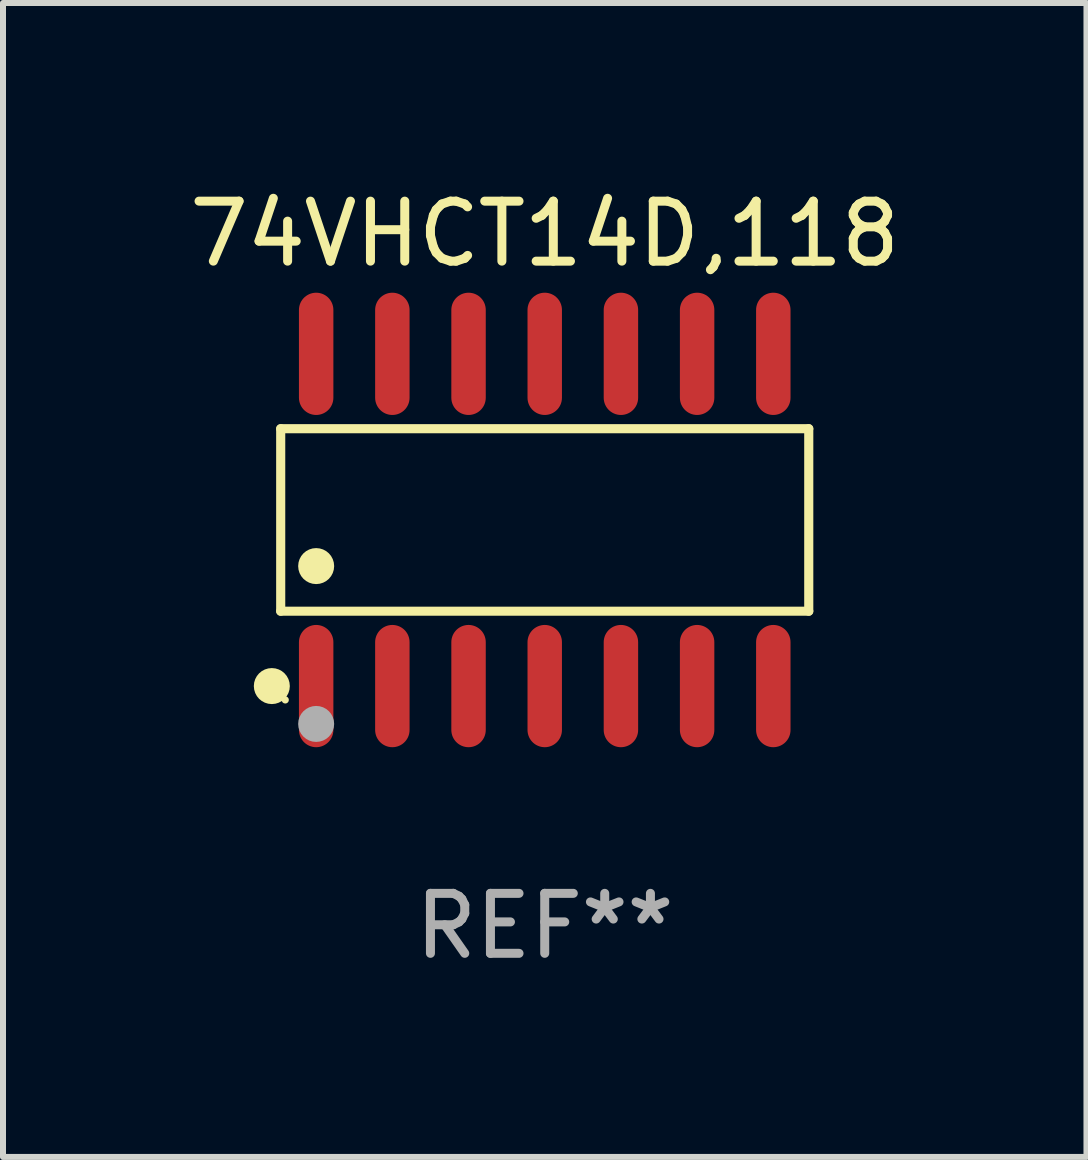
<source format=kicad_pcb>
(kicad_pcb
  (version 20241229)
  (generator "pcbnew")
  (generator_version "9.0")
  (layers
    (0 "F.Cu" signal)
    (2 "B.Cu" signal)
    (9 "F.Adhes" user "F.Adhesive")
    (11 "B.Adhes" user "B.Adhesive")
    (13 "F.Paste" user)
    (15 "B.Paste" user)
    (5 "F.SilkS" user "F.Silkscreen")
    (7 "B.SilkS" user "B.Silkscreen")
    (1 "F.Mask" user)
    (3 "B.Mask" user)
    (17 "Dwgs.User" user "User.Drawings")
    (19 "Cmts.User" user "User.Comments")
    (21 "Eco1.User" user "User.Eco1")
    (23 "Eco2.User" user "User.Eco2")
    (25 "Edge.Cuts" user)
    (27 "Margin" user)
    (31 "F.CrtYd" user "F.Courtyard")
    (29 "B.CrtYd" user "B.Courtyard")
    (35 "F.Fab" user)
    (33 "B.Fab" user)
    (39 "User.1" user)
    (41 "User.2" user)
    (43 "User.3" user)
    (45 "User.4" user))
  (footprint "74VHCT14D,118"
    (layer "F.Cu")
    (at 6.03 5.617)
    (property "Reference" "74VHCT14D,118" (at 0 -4.769 0) (layer "F.SilkS") (effects (font (size 1 1) (thickness 0.15))))
    (attr through_hole)
    (fp_line (start -4.401 -1.521) (end 4.401 -1.521) (stroke (width 0.152) (type solid)) (layer "F.SilkS"))
    (fp_line (start -4.401 1.521) (end -4.401 -1.521) (stroke (width 0.152) (type solid)) (layer "F.SilkS"))
    (fp_line (start 4.401 -1.521) (end 4.401 1.521) (stroke (width 0.152) (type solid)) (layer "F.SilkS"))
    (fp_line (start 4.401 1.521) (end -4.401 1.521) (stroke (width 0.152) (type solid)) (layer "F.SilkS"))
    (fp_circle (center -4.549 2.769) (end -4.399 2.769) (stroke (width 0.3) (type solid)) (fill no) (layer "F.SilkS"))
    (fp_circle (center -4.325 3) (end -4.295 3) (stroke (width 0.06) (type solid)) (fill no) (layer "F.SilkS"))
    (fp_circle (center -3.81 0.769) (end -3.66 0.769) (stroke (width 0.3) (type solid)) (fill no) (layer "F.SilkS"))
    (fp_circle (center -3.81 3.4) (end -3.66 3.4) (stroke (width 0.3) (type solid)) (fill no) (layer "F.Fab"))
    (fp_text user "REF**" (at 0 6.769 0) (layer "F.Fab") (effects (font (size 1 1) (thickness 0.15))))
    (pad "1" smd oval (at -3.81 2.769) (size 0.574 2.038) (layers "F.Cu" "F.Mask" "F.Paste"))
    (pad "2" smd oval (at -2.54 2.769) (size 0.574 2.038) (layers "F.Cu" "F.Mask" "F.Paste"))
    (pad "3" smd oval (at -1.27 2.769) (size 0.574 2.038) (layers "F.Cu" "F.Mask" "F.Paste"))
    (pad "4" smd oval (at 0 2.769) (size 0.574 2.038) (layers "F.Cu" "F.Mask" "F.Paste"))
    (pad "5" smd oval (at 1.27 2.769) (size 0.574 2.038) (layers "F.Cu" "F.Mask" "F.Paste"))
    (pad "6" smd oval (at 2.54 2.769) (size 0.574 2.038) (layers "F.Cu" "F.Mask" "F.Paste"))
    (pad "7" smd oval (at 3.81 2.769) (size 0.574 2.038) (layers "F.Cu" "F.Mask" "F.Paste"))
    (pad "8" smd oval (at 3.81 -2.769) (size 0.574 2.038) (layers "F.Cu" "F.Mask" "F.Paste"))
    (pad "9" smd oval (at 2.54 -2.769) (size 0.574 2.038) (layers "F.Cu" "F.Mask" "F.Paste"))
    (pad "10" smd oval (at 1.27 -2.769) (size 0.574 2.038) (layers "F.Cu" "F.Mask" "F.Paste"))
    (pad "11" smd oval (at 0 -2.769) (size 0.574 2.038) (layers "F.Cu" "F.Mask" "F.Paste"))
    (pad "12" smd oval (at -1.27 -2.769) (size 0.574 2.038) (layers "F.Cu" "F.Mask" "F.Paste"))
    (pad "13" smd oval (at -2.54 -2.769) (size 0.574 2.038) (layers "F.Cu" "F.Mask" "F.Paste"))
    (pad "14" smd oval (at -3.81 -2.769) (size 0.574 2.038) (layers "F.Cu" "F.Mask" "F.Paste")))
  (gr_rect
    (start -3 -3)
    (end 15.06 16.235)
    (stroke (width 0.1) (type default))
    (fill no)
    (layer "Edge.Cuts")))
</source>
